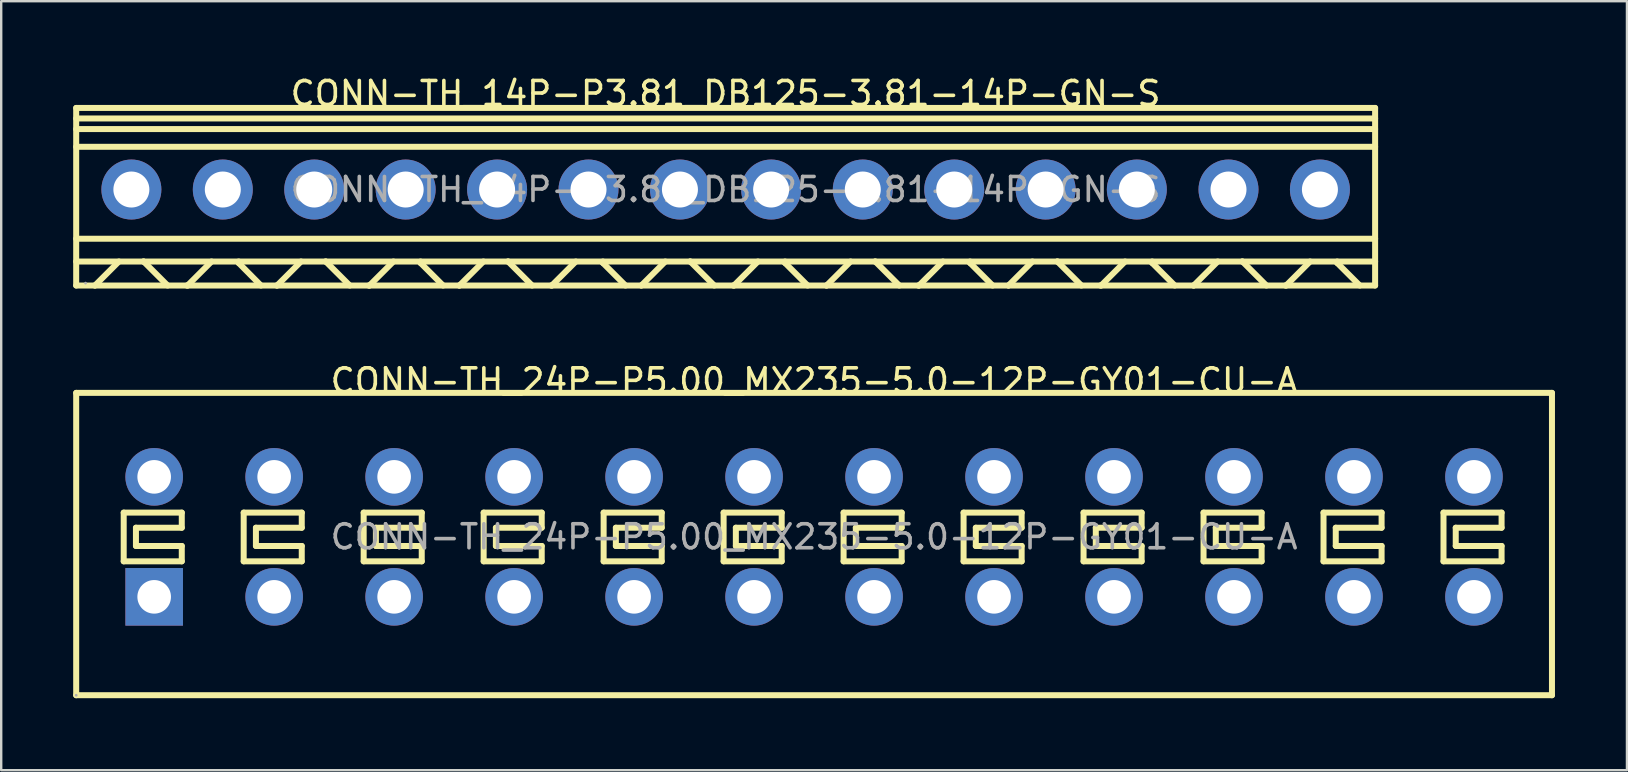
<source format=kicad_pcb>
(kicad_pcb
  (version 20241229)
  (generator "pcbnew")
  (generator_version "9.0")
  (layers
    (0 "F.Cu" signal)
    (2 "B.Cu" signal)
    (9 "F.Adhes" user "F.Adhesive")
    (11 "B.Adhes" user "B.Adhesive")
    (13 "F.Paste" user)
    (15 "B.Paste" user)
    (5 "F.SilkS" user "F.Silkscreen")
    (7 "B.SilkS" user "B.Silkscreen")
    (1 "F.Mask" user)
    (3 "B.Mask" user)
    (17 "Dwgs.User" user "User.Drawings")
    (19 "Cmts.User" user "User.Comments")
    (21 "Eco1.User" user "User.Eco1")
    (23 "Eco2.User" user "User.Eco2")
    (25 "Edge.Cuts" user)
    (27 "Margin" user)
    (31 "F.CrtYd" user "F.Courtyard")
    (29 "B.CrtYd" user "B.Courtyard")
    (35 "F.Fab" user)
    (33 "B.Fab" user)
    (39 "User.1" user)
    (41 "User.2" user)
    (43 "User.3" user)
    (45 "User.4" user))
  (footprint "CONN-TH_14P-P3.81_DB125-3.81-14P-GN-S"
    (layer "F.Cu")
    (at 27.185 4.848)
    (property "Reference" "CONN-TH_14P-P3.81_DB125-3.81-14P-GN-S" (at 0 -4 0) (layer "F.SilkS") (effects (font (size 1 1) (thickness 0.15))))
    (attr through_hole)
    (fp_line (start -27.06 -3.4) (end -27.06 4) (stroke (width 0.25) (type solid)) (layer "F.SilkS"))
    (fp_line (start -27.06 -3.4) (end 27.07 -3.4) (stroke (width 0.25) (type solid)) (layer "F.SilkS"))
    (fp_line (start -27.06 -2.96) (end 27.07 -2.96) (stroke (width 0.25) (type solid)) (layer "F.SilkS"))
    (fp_line (start -27.06 -2.52) (end 27.07 -2.52) (stroke (width 0.25) (type solid)) (layer "F.SilkS"))
    (fp_line (start -27.06 -1.78) (end 27.07 -1.78) (stroke (width 0.25) (type solid)) (layer "F.SilkS"))
    (fp_line (start -27.06 2.05) (end 27.07 2.05) (stroke (width 0.25) (type solid)) (layer "F.SilkS"))
    (fp_line (start -27.06 3) (end 27.07 3) (stroke (width 0.25) (type solid)) (layer "F.SilkS"))
    (fp_line (start -27.06 4) (end 27.07 4) (stroke (width 0.25) (type solid)) (layer "F.SilkS"))
    (fp_line (start -26.28 4) (end -26.28 4) (stroke (width 0.25) (type solid)) (layer "F.SilkS"))
    (fp_line (start -26.28 4) (end -25.28 3) (stroke (width 0.25) (type solid)) (layer "F.SilkS"))
    (fp_line (start -24.26 3) (end -24.25 3) (stroke (width 0.25) (type solid)) (layer "F.SilkS"))
    (fp_line (start -24.25 3) (end -23.25 4) (stroke (width 0.25) (type solid)) (layer "F.SilkS"))
    (fp_line (start -22.45 4) (end -22.42 4) (stroke (width 0.25) (type solid)) (layer "F.SilkS"))
    (fp_line (start -22.42 4) (end -21.42 3) (stroke (width 0.25) (type solid)) (layer "F.SilkS"))
    (fp_line (start -20.29 3) (end -20.29 3.06) (stroke (width 0.25) (type solid)) (layer "F.SilkS"))
    (fp_line (start -20.29 3.06) (end -19.36 4) (stroke (width 0.25) (type solid)) (layer "F.SilkS"))
    (fp_line (start -18.7 4) (end -18.69 4) (stroke (width 0.25) (type solid)) (layer "F.SilkS"))
    (fp_line (start -18.69 4) (end -17.69 3) (stroke (width 0.25) (type solid)) (layer "F.SilkS"))
    (fp_line (start -16.67 3) (end -16.66 3) (stroke (width 0.25) (type solid)) (layer "F.SilkS"))
    (fp_line (start -16.66 3) (end -15.66 4) (stroke (width 0.25) (type solid)) (layer "F.SilkS"))
    (fp_line (start -14.87 4) (end -14.84 4) (stroke (width 0.25) (type solid)) (layer "F.SilkS"))
    (fp_line (start -14.84 4) (end -13.84 3) (stroke (width 0.25) (type solid)) (layer "F.SilkS"))
    (fp_line (start -12.71 3) (end -12.71 3.06) (stroke (width 0.25) (type solid)) (layer "F.SilkS"))
    (fp_line (start -12.71 3.06) (end -11.77 4) (stroke (width 0.25) (type solid)) (layer "F.SilkS"))
    (fp_line (start -11.1 4) (end -11.09 4) (stroke (width 0.25) (type solid)) (layer "F.SilkS"))
    (fp_line (start -11.09 4) (end -10.09 3) (stroke (width 0.25) (type solid)) (layer "F.SilkS"))
    (fp_line (start -9.07 3) (end -9.06 3) (stroke (width 0.25) (type solid)) (layer "F.SilkS"))
    (fp_line (start -9.06 3) (end -8.06 4) (stroke (width 0.25) (type solid)) (layer "F.SilkS"))
    (fp_line (start -7.27 4) (end -7.24 4) (stroke (width 0.25) (type solid)) (layer "F.SilkS"))
    (fp_line (start -7.24 4) (end -6.24 3) (stroke (width 0.25) (type solid)) (layer "F.SilkS"))
    (fp_line (start -5.11 3) (end -5.11 3.06) (stroke (width 0.25) (type solid)) (layer "F.SilkS"))
    (fp_line (start -5.11 3.06) (end -4.17 4) (stroke (width 0.25) (type solid)) (layer "F.SilkS"))
    (fp_line (start -3.51 4) (end -3.51 4) (stroke (width 0.25) (type solid)) (layer "F.SilkS"))
    (fp_line (start -3.51 4) (end -2.51 3) (stroke (width 0.25) (type solid)) (layer "F.SilkS"))
    (fp_line (start -1.48 3) (end -1.47 3) (stroke (width 0.25) (type solid)) (layer "F.SilkS"))
    (fp_line (start -1.47 3) (end -0.47 4) (stroke (width 0.25) (type solid)) (layer "F.SilkS"))
    (fp_line (start 0.32 4) (end 0.35 4) (stroke (width 0.25) (type solid)) (layer "F.SilkS"))
    (fp_line (start 0.35 4) (end 1.35 3) (stroke (width 0.25) (type solid)) (layer "F.SilkS"))
    (fp_line (start 2.48 3) (end 2.48 3.06) (stroke (width 0.25) (type solid)) (layer "F.SilkS"))
    (fp_line (start 2.48 3.06) (end 3.42 4) (stroke (width 0.25) (type solid)) (layer "F.SilkS"))
    (fp_line (start 4.2 4) (end 4.21 4) (stroke (width 0.25) (type solid)) (layer "F.SilkS"))
    (fp_line (start 4.21 4) (end 5.21 3) (stroke (width 0.25) (type solid)) (layer "F.SilkS"))
    (fp_line (start 6.23 3) (end 6.24 3) (stroke (width 0.25) (type solid)) (layer "F.SilkS"))
    (fp_line (start 6.24 3) (end 7.24 4) (stroke (width 0.25) (type solid)) (layer "F.SilkS"))
    (fp_line (start 8.03 4) (end 8.06 4) (stroke (width 0.25) (type solid)) (layer "F.SilkS"))
    (fp_line (start 8.06 4) (end 9.06 3) (stroke (width 0.25) (type solid)) (layer "F.SilkS"))
    (fp_line (start 10.19 3) (end 10.19 3.06) (stroke (width 0.25) (type solid)) (layer "F.SilkS"))
    (fp_line (start 10.19 3.06) (end 11.13 4) (stroke (width 0.25) (type solid)) (layer "F.SilkS"))
    (fp_line (start 11.79 4) (end 11.79 4) (stroke (width 0.25) (type solid)) (layer "F.SilkS"))
    (fp_line (start 11.79 4) (end 12.79 3) (stroke (width 0.25) (type solid)) (layer "F.SilkS"))
    (fp_line (start 13.82 3) (end 13.83 3) (stroke (width 0.25) (type solid)) (layer "F.SilkS"))
    (fp_line (start 13.83 3) (end 14.83 4) (stroke (width 0.25) (type solid)) (layer "F.SilkS"))
    (fp_line (start 15.62 4) (end 15.65 4) (stroke (width 0.25) (type solid)) (layer "F.SilkS"))
    (fp_line (start 15.65 4) (end 16.65 3) (stroke (width 0.25) (type solid)) (layer "F.SilkS"))
    (fp_line (start 17.78 3) (end 17.78 3.06) (stroke (width 0.25) (type solid)) (layer "F.SilkS"))
    (fp_line (start 17.78 3.06) (end 18.72 4) (stroke (width 0.25) (type solid)) (layer "F.SilkS"))
    (fp_line (start 19.5 4) (end 19.51 4) (stroke (width 0.25) (type solid)) (layer "F.SilkS"))
    (fp_line (start 19.51 4) (end 20.51 3) (stroke (width 0.25) (type solid)) (layer "F.SilkS"))
    (fp_line (start 21.53 3) (end 21.54 3) (stroke (width 0.25) (type solid)) (layer "F.SilkS"))
    (fp_line (start 21.54 3) (end 22.54 4) (stroke (width 0.25) (type solid)) (layer "F.SilkS"))
    (fp_line (start 23.33 4) (end 23.36 4) (stroke (width 0.25) (type solid)) (layer "F.SilkS"))
    (fp_line (start 23.36 4) (end 24.36 3) (stroke (width 0.25) (type solid)) (layer "F.SilkS"))
    (fp_line (start 25.49 3) (end 25.49 3.06) (stroke (width 0.25) (type solid)) (layer "F.SilkS"))
    (fp_line (start 25.49 3.06) (end 26.43 4) (stroke (width 0.25) (type solid)) (layer "F.SilkS"))
    (fp_line (start 27.07 -3.4) (end 27.07 4) (stroke (width 0.25) (type solid)) (layer "F.SilkS"))
    (fp_circle (center -26.67 3.9) (end -26.64 3.9) (stroke (width 0.06) (type solid)) (fill no) (layer "F.Fab"))
    (fp_text user "${REFERENCE}" (at 0 0 0) (layer "F.Fab") (effects (font (size 1 1) (thickness 0.15))))
    (pad "1" thru_hole circle (at -24.76 0) (size 2.5 2.5) (drill 1.5) (layers "*.Cu" "*.Mask"))
    (pad "2" thru_hole circle (at -20.95 0) (size 2.5 2.5) (drill 1.5) (layers "*.Cu" "*.Mask"))
    (pad "3" thru_hole circle (at -17.14 0) (size 2.5 2.5) (drill 1.5) (layers "*.Cu" "*.Mask"))
    (pad "4" thru_hole circle (at -13.33 0) (size 2.5 2.5) (drill 1.5) (layers "*.Cu" "*.Mask"))
    (pad "5" thru_hole circle (at -9.52 0) (size 2.5 2.5) (drill 1.5) (layers "*.Cu" "*.Mask"))
    (pad "6" thru_hole circle (at -5.71 0) (size 2.5 2.5) (drill 1.5) (layers "*.Cu" "*.Mask"))
    (pad "7" thru_hole circle (at -1.9 0) (size 2.5 2.5) (drill 1.5) (layers "*.Cu" "*.Mask"))
    (pad "8" thru_hole circle (at 1.9 0) (size 2.5 2.5) (drill 1.5) (layers "*.Cu" "*.Mask"))
    (pad "9" thru_hole circle (at 5.72 0) (size 2.5 2.5) (drill 1.5) (layers "*.Cu" "*.Mask"))
    (pad "10" thru_hole circle (at 9.53 0) (size 2.5 2.5) (drill 1.5) (layers "*.Cu" "*.Mask"))
    (pad "11" thru_hole circle (at 13.34 0) (size 2.5 2.5) (drill 1.5) (layers "*.Cu" "*.Mask"))
    (pad "12" thru_hole circle (at 17.14 0) (size 2.5 2.5) (drill 1.5) (layers "*.Cu" "*.Mask"))
    (pad "13" thru_hole circle (at 20.96 0) (size 2.5 2.5) (drill 1.5) (layers "*.Cu" "*.Mask"))
    (pad "14" thru_hole circle (at 24.77 0) (size 2.5 2.5) (drill 1.5) (layers "*.Cu" "*.Mask")))
  (footprint "CONN-TH_24P-P5.00_MX235-5.0-12P-GY01-CU-A"
    (layer "F.Cu")
    (at 30.875 19.322)
    (property "Reference" "CONN-TH_24P-P5.00_MX235-5.0-12P-GY01-CU-A" (at 0 -6.5 0) (layer "F.SilkS") (effects (font (size 1 1) (thickness 0.15))))
    (attr smd)
    (fp_line (start -30.75 -6) (end 30.75 -6) (stroke (width 0.25) (type solid)) (layer "F.SilkS"))
    (fp_line (start -30.75 6.6) (end -30.75 -6) (stroke (width 0.25) (type solid)) (layer "F.SilkS"))
    (fp_line (start -28.77 -1.01) (end -28.77 1.02) (stroke (width 0.25) (type solid)) (layer "F.SilkS"))
    (fp_line (start -28.77 1.02) (end -26.35 1.02) (stroke (width 0.25) (type solid)) (layer "F.SilkS"))
    (fp_line (start -28.26 -0.38) (end -26.35 -0.38) (stroke (width 0.25) (type solid)) (layer "F.SilkS"))
    (fp_line (start -28.26 0.38) (end -28.26 -0.38) (stroke (width 0.25) (type solid)) (layer "F.SilkS"))
    (fp_line (start -26.35 -1.01) (end -28.77 -1.01) (stroke (width 0.25) (type solid)) (layer "F.SilkS"))
    (fp_line (start -26.35 -0.38) (end -26.35 -1.01) (stroke (width 0.25) (type solid)) (layer "F.SilkS"))
    (fp_line (start -26.35 0.38) (end -28.26 0.38) (stroke (width 0.25) (type solid)) (layer "F.SilkS"))
    (fp_line (start -26.35 1.02) (end -26.35 0.38) (stroke (width 0.25) (type solid)) (layer "F.SilkS"))
    (fp_line (start -23.77 -1.01) (end -23.77 1.02) (stroke (width 0.25) (type solid)) (layer "F.SilkS"))
    (fp_line (start -23.77 1.02) (end -21.35 1.02) (stroke (width 0.25) (type solid)) (layer "F.SilkS"))
    (fp_line (start -23.26 -0.38) (end -21.35 -0.38) (stroke (width 0.25) (type solid)) (layer "F.SilkS"))
    (fp_line (start -23.26 0.38) (end -23.26 -0.38) (stroke (width 0.25) (type solid)) (layer "F.SilkS"))
    (fp_line (start -21.35 -1.01) (end -23.77 -1.01) (stroke (width 0.25) (type solid)) (layer "F.SilkS"))
    (fp_line (start -21.35 -0.38) (end -21.35 -1.01) (stroke (width 0.25) (type solid)) (layer "F.SilkS"))
    (fp_line (start -21.35 0.38) (end -23.26 0.38) (stroke (width 0.25) (type solid)) (layer "F.SilkS"))
    (fp_line (start -21.35 1.02) (end -21.35 0.38) (stroke (width 0.25) (type solid)) (layer "F.SilkS"))
    (fp_line (start -18.77 -1.01) (end -18.77 1.02) (stroke (width 0.25) (type solid)) (layer "F.SilkS"))
    (fp_line (start -18.77 1.02) (end -16.35 1.02) (stroke (width 0.25) (type solid)) (layer "F.SilkS"))
    (fp_line (start -18.26 -0.38) (end -16.35 -0.38) (stroke (width 0.25) (type solid)) (layer "F.SilkS"))
    (fp_line (start -18.26 0.38) (end -18.26 -0.38) (stroke (width 0.25) (type solid)) (layer "F.SilkS"))
    (fp_line (start -16.35 -1.01) (end -18.77 -1.01) (stroke (width 0.25) (type solid)) (layer "F.SilkS"))
    (fp_line (start -16.35 -0.38) (end -16.35 -1.01) (stroke (width 0.25) (type solid)) (layer "F.SilkS"))
    (fp_line (start -16.35 0.38) (end -18.26 0.38) (stroke (width 0.25) (type solid)) (layer "F.SilkS"))
    (fp_line (start -16.35 1.02) (end -16.35 0.38) (stroke (width 0.25) (type solid)) (layer "F.SilkS"))
    (fp_line (start -13.77 -1.01) (end -13.77 1.02) (stroke (width 0.25) (type solid)) (layer "F.SilkS"))
    (fp_line (start -13.77 1.02) (end -11.35 1.02) (stroke (width 0.25) (type solid)) (layer "F.SilkS"))
    (fp_line (start -13.26 -0.38) (end -11.35 -0.38) (stroke (width 0.25) (type solid)) (layer "F.SilkS"))
    (fp_line (start -13.26 0.38) (end -13.26 -0.38) (stroke (width 0.25) (type solid)) (layer "F.SilkS"))
    (fp_line (start -11.35 -1.01) (end -13.77 -1.01) (stroke (width 0.25) (type solid)) (layer "F.SilkS"))
    (fp_line (start -11.35 -0.38) (end -11.35 -1.01) (stroke (width 0.25) (type solid)) (layer "F.SilkS"))
    (fp_line (start -11.35 0.38) (end -13.26 0.38) (stroke (width 0.25) (type solid)) (layer "F.SilkS"))
    (fp_line (start -11.35 1.02) (end -11.35 0.38) (stroke (width 0.25) (type solid)) (layer "F.SilkS"))
    (fp_line (start -8.77 -1.01) (end -8.77 1.02) (stroke (width 0.25) (type solid)) (layer "F.SilkS"))
    (fp_line (start -8.77 1.02) (end -6.35 1.02) (stroke (width 0.25) (type solid)) (layer "F.SilkS"))
    (fp_line (start -8.26 -0.38) (end -6.35 -0.38) (stroke (width 0.25) (type solid)) (layer "F.SilkS"))
    (fp_line (start -8.26 0.38) (end -8.26 -0.38) (stroke (width 0.25) (type solid)) (layer "F.SilkS"))
    (fp_line (start -6.35 -1.01) (end -8.77 -1.01) (stroke (width 0.25) (type solid)) (layer "F.SilkS"))
    (fp_line (start -6.35 -0.38) (end -6.35 -1.01) (stroke (width 0.25) (type solid)) (layer "F.SilkS"))
    (fp_line (start -6.35 0.38) (end -8.26 0.38) (stroke (width 0.25) (type solid)) (layer "F.SilkS"))
    (fp_line (start -6.35 1.02) (end -6.35 0.38) (stroke (width 0.25) (type solid)) (layer "F.SilkS"))
    (fp_line (start -3.77 -1.01) (end -3.77 1.02) (stroke (width 0.25) (type solid)) (layer "F.SilkS"))
    (fp_line (start -3.77 1.02) (end -1.35 1.02) (stroke (width 0.25) (type solid)) (layer "F.SilkS"))
    (fp_line (start -3.26 -0.38) (end -1.35 -0.38) (stroke (width 0.25) (type solid)) (layer "F.SilkS"))
    (fp_line (start -3.26 0.38) (end -3.26 -0.38) (stroke (width 0.25) (type solid)) (layer "F.SilkS"))
    (fp_line (start -1.35 -1.01) (end -3.77 -1.01) (stroke (width 0.25) (type solid)) (layer "F.SilkS"))
    (fp_line (start -1.35 -0.38) (end -1.35 -1.01) (stroke (width 0.25) (type solid)) (layer "F.SilkS"))
    (fp_line (start -1.35 0.38) (end -3.26 0.38) (stroke (width 0.25) (type solid)) (layer "F.SilkS"))
    (fp_line (start -1.35 1.02) (end -1.35 0.38) (stroke (width 0.25) (type solid)) (layer "F.SilkS"))
    (fp_line (start 1.23 -1.01) (end 1.23 1.02) (stroke (width 0.25) (type solid)) (layer "F.SilkS"))
    (fp_line (start 1.23 1.02) (end 3.65 1.02) (stroke (width 0.25) (type solid)) (layer "F.SilkS"))
    (fp_line (start 1.74 -0.38) (end 3.65 -0.38) (stroke (width 0.25) (type solid)) (layer "F.SilkS"))
    (fp_line (start 1.74 0.38) (end 1.74 -0.38) (stroke (width 0.25) (type solid)) (layer "F.SilkS"))
    (fp_line (start 3.65 -1.01) (end 1.23 -1.01) (stroke (width 0.25) (type solid)) (layer "F.SilkS"))
    (fp_line (start 3.65 -0.38) (end 3.65 -1.01) (stroke (width 0.25) (type solid)) (layer "F.SilkS"))
    (fp_line (start 3.65 0.38) (end 1.74 0.38) (stroke (width 0.25) (type solid)) (layer "F.SilkS"))
    (fp_line (start 3.65 1.02) (end 3.65 0.38) (stroke (width 0.25) (type solid)) (layer "F.SilkS"))
    (fp_line (start 6.23 -1.01) (end 6.23 1.02) (stroke (width 0.25) (type solid)) (layer "F.SilkS"))
    (fp_line (start 6.23 1.02) (end 8.65 1.02) (stroke (width 0.25) (type solid)) (layer "F.SilkS"))
    (fp_line (start 6.74 -0.38) (end 8.65 -0.38) (stroke (width 0.25) (type solid)) (layer "F.SilkS"))
    (fp_line (start 6.74 0.38) (end 6.74 -0.38) (stroke (width 0.25) (type solid)) (layer "F.SilkS"))
    (fp_line (start 8.65 -1.01) (end 6.23 -1.01) (stroke (width 0.25) (type solid)) (layer "F.SilkS"))
    (fp_line (start 8.65 -0.38) (end 8.65 -1.01) (stroke (width 0.25) (type solid)) (layer "F.SilkS"))
    (fp_line (start 8.65 0.38) (end 6.74 0.38) (stroke (width 0.25) (type solid)) (layer "F.SilkS"))
    (fp_line (start 8.65 1.02) (end 8.65 0.38) (stroke (width 0.25) (type solid)) (layer "F.SilkS"))
    (fp_line (start 11.23 -1.01) (end 11.23 1.02) (stroke (width 0.25) (type solid)) (layer "F.SilkS"))
    (fp_line (start 11.23 1.02) (end 13.65 1.02) (stroke (width 0.25) (type solid)) (layer "F.SilkS"))
    (fp_line (start 11.74 -0.38) (end 13.65 -0.38) (stroke (width 0.25) (type solid)) (layer "F.SilkS"))
    (fp_line (start 11.74 0.38) (end 11.74 -0.38) (stroke (width 0.25) (type solid)) (layer "F.SilkS"))
    (fp_line (start 13.65 -1.01) (end 11.23 -1.01) (stroke (width 0.25) (type solid)) (layer "F.SilkS"))
    (fp_line (start 13.65 -0.38) (end 13.65 -1.01) (stroke (width 0.25) (type solid)) (layer "F.SilkS"))
    (fp_line (start 13.65 0.38) (end 11.74 0.38) (stroke (width 0.25) (type solid)) (layer "F.SilkS"))
    (fp_line (start 13.65 1.02) (end 13.65 0.38) (stroke (width 0.25) (type solid)) (layer "F.SilkS"))
    (fp_line (start 16.23 -1.01) (end 16.23 1.02) (stroke (width 0.25) (type solid)) (layer "F.SilkS"))
    (fp_line (start 16.23 1.02) (end 18.65 1.02) (stroke (width 0.25) (type solid)) (layer "F.SilkS"))
    (fp_line (start 16.74 -0.38) (end 18.65 -0.38) (stroke (width 0.25) (type solid)) (layer "F.SilkS"))
    (fp_line (start 16.74 0.38) (end 16.74 -0.38) (stroke (width 0.25) (type solid)) (layer "F.SilkS"))
    (fp_line (start 18.65 -1.01) (end 16.23 -1.01) (stroke (width 0.25) (type solid)) (layer "F.SilkS"))
    (fp_line (start 18.65 -0.38) (end 18.65 -1.01) (stroke (width 0.25) (type solid)) (layer "F.SilkS"))
    (fp_line (start 18.65 0.38) (end 16.74 0.38) (stroke (width 0.25) (type solid)) (layer "F.SilkS"))
    (fp_line (start 18.65 1.02) (end 18.65 0.38) (stroke (width 0.25) (type solid)) (layer "F.SilkS"))
    (fp_line (start 21.23 -1.01) (end 21.23 1.02) (stroke (width 0.25) (type solid)) (layer "F.SilkS"))
    (fp_line (start 21.23 1.02) (end 23.65 1.02) (stroke (width 0.25) (type solid)) (layer "F.SilkS"))
    (fp_line (start 21.74 -0.38) (end 23.65 -0.38) (stroke (width 0.25) (type solid)) (layer "F.SilkS"))
    (fp_line (start 21.74 0.38) (end 21.74 -0.38) (stroke (width 0.25) (type solid)) (layer "F.SilkS"))
    (fp_line (start 23.65 -1.01) (end 21.23 -1.01) (stroke (width 0.25) (type solid)) (layer "F.SilkS"))
    (fp_line (start 23.65 -0.38) (end 23.65 -1.01) (stroke (width 0.25) (type solid)) (layer "F.SilkS"))
    (fp_line (start 23.65 0.38) (end 21.74 0.38) (stroke (width 0.25) (type solid)) (layer "F.SilkS"))
    (fp_line (start 23.65 1.02) (end 23.65 0.38) (stroke (width 0.25) (type solid)) (layer "F.SilkS"))
    (fp_line (start 26.23 -1.01) (end 26.23 1.02) (stroke (width 0.25) (type solid)) (layer "F.SilkS"))
    (fp_line (start 26.23 1.02) (end 28.65 1.02) (stroke (width 0.25) (type solid)) (layer "F.SilkS"))
    (fp_line (start 26.74 -0.38) (end 28.65 -0.38) (stroke (width 0.25) (type solid)) (layer "F.SilkS"))
    (fp_line (start 26.74 0.38) (end 26.74 -0.38) (stroke (width 0.25) (type solid)) (layer "F.SilkS"))
    (fp_line (start 28.65 -1.01) (end 26.23 -1.01) (stroke (width 0.25) (type solid)) (layer "F.SilkS"))
    (fp_line (start 28.65 -0.38) (end 28.65 -1.01) (stroke (width 0.25) (type solid)) (layer "F.SilkS"))
    (fp_line (start 28.65 0.38) (end 26.74 0.38) (stroke (width 0.25) (type solid)) (layer "F.SilkS"))
    (fp_line (start 28.65 1.02) (end 28.65 0.38) (stroke (width 0.25) (type solid)) (layer "F.SilkS"))
    (fp_line (start 30.75 -6) (end 30.75 6.6) (stroke (width 0.25) (type solid)) (layer "F.SilkS"))
    (fp_line (start 30.75 6.6) (end -30.75 6.6) (stroke (width 0.25) (type solid)) (layer "F.SilkS"))
    (fp_circle (center -30.75 6.6) (end -30.72 6.6) (stroke (width 0.06) (type solid)) (fill no) (layer "F.Fab"))
    (fp_text user "${REFERENCE}" (at 0 0 0) (layer "F.Fab") (effects (font (size 1 1) (thickness 0.15))))
    (pad "1" thru_hole rect (at -27.5 2.5) (size 2.4 2.4) (drill 1.4) (layers "*.Cu" "*.Paste" "*.Mask"))
    (pad "2" thru_hole circle (at -27.5 -2.5) (size 2.4 2.4) (drill 1.4) (layers "*.Cu" "*.Paste" "*.Mask"))
    (pad "3" thru_hole circle (at -22.5 2.5) (size 2.4 2.4) (drill 1.4) (layers "*.Cu" "*.Paste" "*.Mask"))
    (pad "4" thru_hole circle (at -22.5 -2.5) (size 2.4 2.4) (drill 1.4) (layers "*.Cu" "*.Paste" "*.Mask"))
    (pad "5" thru_hole circle (at -17.5 2.5) (size 2.4 2.4) (drill 1.4) (layers "*.Cu" "*.Paste" "*.Mask"))
    (pad "6" thru_hole circle (at -17.5 -2.5) (size 2.4 2.4) (drill 1.4) (layers "*.Cu" "*.Paste" "*.Mask"))
    (pad "7" thru_hole circle (at -12.5 2.5) (size 2.4 2.4) (drill 1.4) (layers "*.Cu" "*.Paste" "*.Mask"))
    (pad "8" thru_hole circle (at -12.5 -2.5) (size 2.4 2.4) (drill 1.4) (layers "*.Cu" "*.Paste" "*.Mask"))
    (pad "9" thru_hole circle (at -7.5 2.5) (size 2.4 2.4) (drill 1.4) (layers "*.Cu" "*.Paste" "*.Mask"))
    (pad "10" thru_hole circle (at -7.5 -2.5) (size 2.4 2.4) (drill 1.4) (layers "*.Cu" "*.Paste" "*.Mask"))
    (pad "11" thru_hole circle (at -2.5 2.5) (size 2.4 2.4) (drill 1.4) (layers "*.Cu" "*.Paste" "*.Mask"))
    (pad "12" thru_hole circle (at -2.5 -2.5) (size 2.4 2.4) (drill 1.4) (layers "*.Cu" "*.Paste" "*.Mask"))
    (pad "13" thru_hole circle (at 2.5 2.5) (size 2.4 2.4) (drill 1.4) (layers "*.Cu" "*.Paste" "*.Mask"))
    (pad "14" thru_hole circle (at 2.5 -2.5) (size 2.4 2.4) (drill 1.4) (layers "*.Cu" "*.Paste" "*.Mask"))
    (pad "15" thru_hole circle (at 7.5 2.5) (size 2.4 2.4) (drill 1.4) (layers "*.Cu" "*.Paste" "*.Mask"))
    (pad "16" thru_hole circle (at 7.5 -2.5) (size 2.4 2.4) (drill 1.4) (layers "*.Cu" "*.Paste" "*.Mask"))
    (pad "17" thru_hole circle (at 12.5 2.5) (size 2.4 2.4) (drill 1.4) (layers "*.Cu" "*.Paste" "*.Mask"))
    (pad "18" thru_hole circle (at 12.5 -2.5) (size 2.4 2.4) (drill 1.4) (layers "*.Cu" "*.Paste" "*.Mask"))
    (pad "19" thru_hole circle (at 17.5 2.5) (size 2.4 2.4) (drill 1.4) (layers "*.Cu" "*.Paste" "*.Mask"))
    (pad "20" thru_hole circle (at 17.5 -2.5) (size 2.4 2.4) (drill 1.4) (layers "*.Cu" "*.Paste" "*.Mask"))
    (pad "21" thru_hole circle (at 22.5 2.5) (size 2.4 2.4) (drill 1.4) (layers "*.Cu" "*.Paste" "*.Mask"))
    (pad "22" thru_hole circle (at 22.5 -2.5) (size 2.4 2.4) (drill 1.4) (layers "*.Cu" "*.Paste" "*.Mask"))
    (pad "23" thru_hole circle (at 27.5 2.5) (size 2.4 2.4) (drill 1.4) (layers "*.Cu" "*.Paste" "*.Mask"))
    (pad "24" thru_hole circle (at 27.5 -2.5) (size 2.4 2.4) (drill 1.4) (layers "*.Cu" "*.Paste" "*.Mask")))
  (gr_rect
    (start -3 -3)
    (end 64.75 29.047)
    (stroke (width 0.1) (type default))
    (fill no)
    (layer "Edge.Cuts")))
</source>
